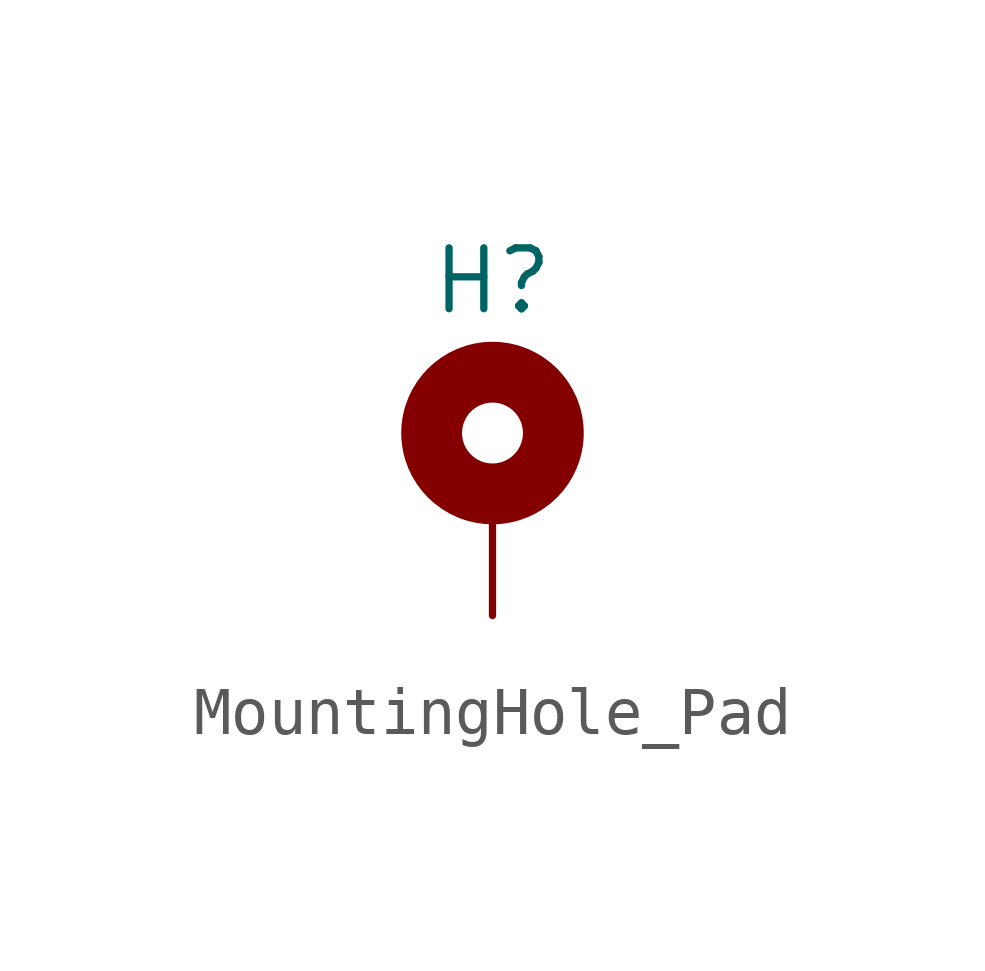
<source format=kicad_sym>
(kicad_symbol_lib
  (version 20220914)
  (generator kicad_symbol_editor)
  (symbol "MountingHole_Pad"
    (pin_numbers hide)
    (pin_names
      (offset 1.016) hide)
    (property "Reference" "H"
      (at 0 4.445 0)
      (effects (font (size 1.27 1.27))))
    (symbol "MountingHole_Pad_0_1"
      (circle (center 0 1.27) (radius 1.27) (stroke (width 1.27) (type default)) (fill (type none))))
    (symbol "MountingHole_Pad_1_1"
      (pin passive line (at 0 -2.54 90) (length 2.54) (name "GND" (effects (font (size 1.27 1.27)))) (number "1" (effects (font (size 1.27 1.27))))))))
</source>
